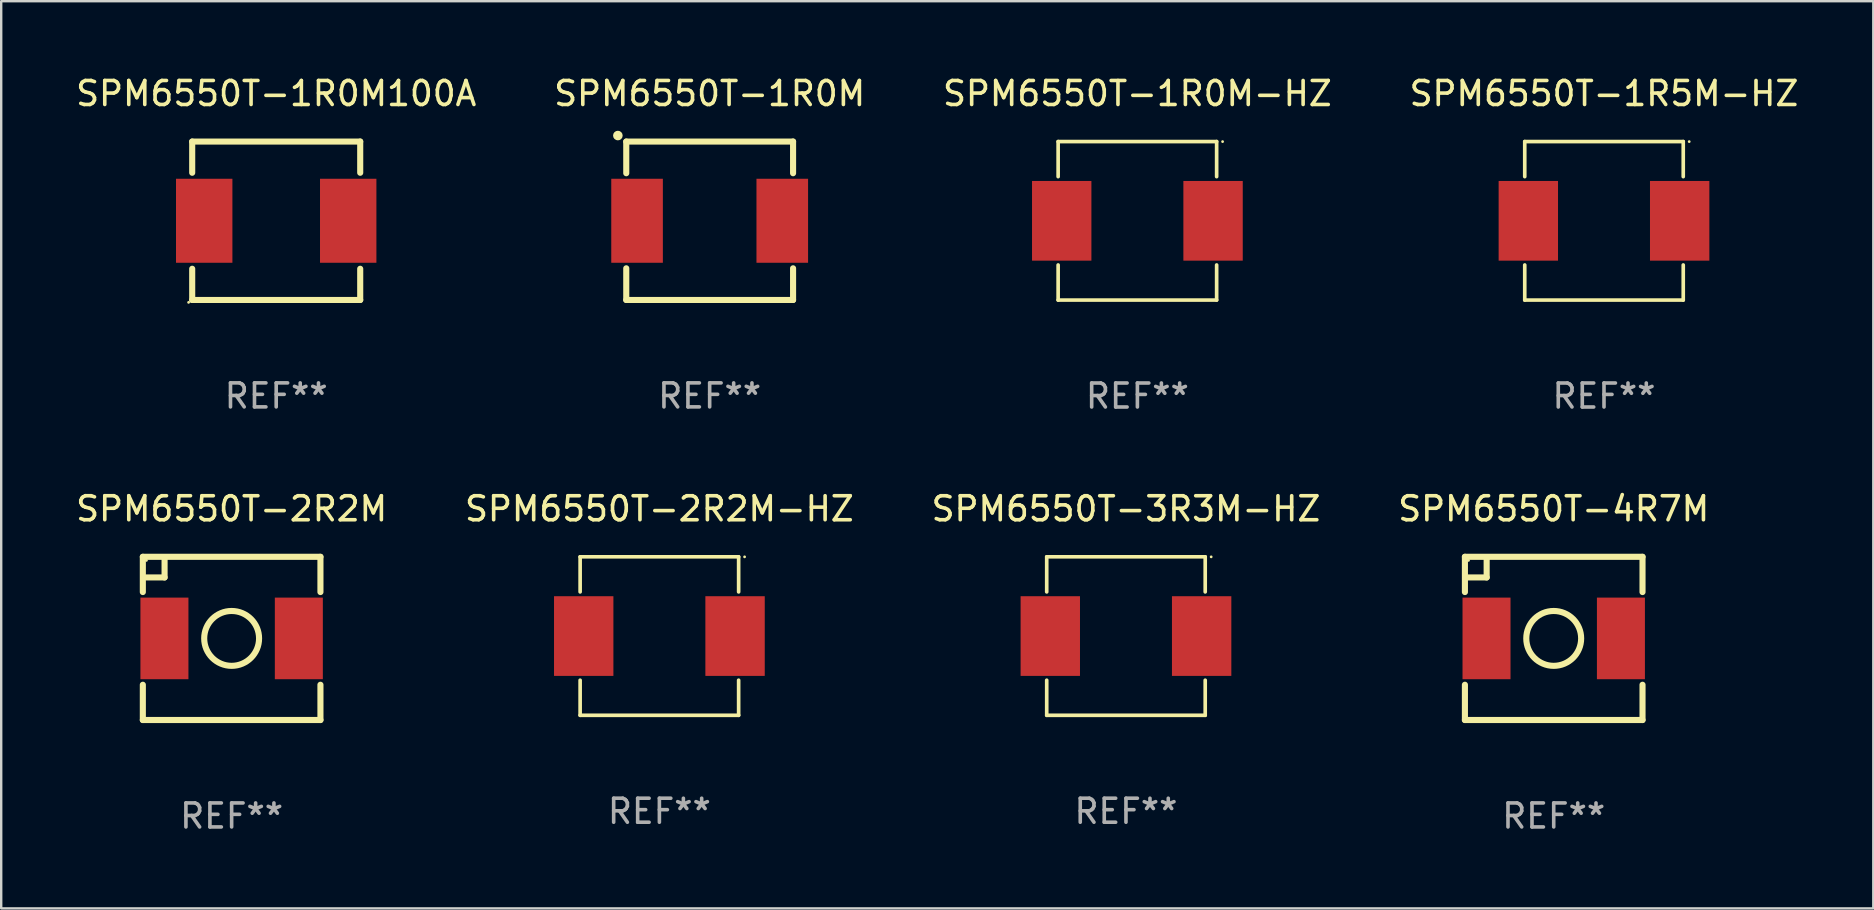
<source format=kicad_pcb>
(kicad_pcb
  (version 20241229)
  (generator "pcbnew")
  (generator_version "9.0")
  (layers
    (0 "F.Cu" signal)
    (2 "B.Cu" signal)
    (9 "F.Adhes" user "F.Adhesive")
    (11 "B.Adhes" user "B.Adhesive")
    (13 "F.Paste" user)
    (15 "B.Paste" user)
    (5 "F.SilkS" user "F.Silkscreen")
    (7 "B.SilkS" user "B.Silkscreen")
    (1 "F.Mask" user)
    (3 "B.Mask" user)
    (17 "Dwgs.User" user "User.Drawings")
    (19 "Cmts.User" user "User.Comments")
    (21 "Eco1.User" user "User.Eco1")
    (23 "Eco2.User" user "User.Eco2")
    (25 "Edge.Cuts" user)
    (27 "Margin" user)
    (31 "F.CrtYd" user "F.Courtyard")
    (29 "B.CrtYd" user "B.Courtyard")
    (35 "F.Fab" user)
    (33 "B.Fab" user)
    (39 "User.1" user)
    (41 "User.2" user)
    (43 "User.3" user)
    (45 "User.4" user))
  (footprint "SPM6550T-3R3M-HZ"
    (layer "F.Cu")
    (at 43.863 23.451)
    (property "Reference" "SPM6550T-3R3M-HZ" (at 0 -5.302 0) (layer "F.SilkS") (effects (font (size 1 1) (thickness 0.15))))
    (attr through_hole)
    (fp_line (start -3.302 -3.302) (end -3.302 -1.84) (stroke (width 0.152) (type solid)) (layer "F.SilkS"))
    (fp_line (start -3.302 1.84) (end -3.302 3.302) (stroke (width 0.152) (type solid)) (layer "F.SilkS"))
    (fp_line (start -3.302 3.302) (end 3.302 3.302) (stroke (width 0.152) (type solid)) (layer "F.SilkS"))
    (fp_line (start 3.302 -3.302) (end -3.302 -3.302) (stroke (width 0.152) (type solid)) (layer "F.SilkS"))
    (fp_line (start 3.302 -1.84) (end 3.302 -3.302) (stroke (width 0.152) (type solid)) (layer "F.SilkS"))
    (fp_line (start 3.302 3.302) (end 3.302 1.84) (stroke (width 0.152) (type solid)) (layer "F.SilkS"))
    (fp_circle (center 3.55 -3.3) (end 3.58 -3.3) (stroke (width 0.06) (type solid)) (fill no) (layer "F.SilkS"))
    (fp_text user "REF**" (at 0 7.302 0) (layer "F.Fab") (effects (font (size 1 1) (thickness 0.15))))
    (pad "1" smd rect (at 3.153 0) (size 2.474 3.32) (layers "F.Cu" "F.Mask" "F.Paste"))
    (pad "2" smd rect (at -3.153 0) (size 2.474 3.32) (layers "F.Cu" "F.Mask" "F.Paste")))
  (footprint "SPM6550T-4R7M"
    (layer "F.Cu")
    (at 61.685 23.549)
    (property "Reference" "SPM6550T-4R7M" (at 0 -5.4 0) (layer "F.SilkS") (effects (font (size 1 1) (thickness 0.15))))
    (attr through_hole)
    (fp_line (start -3.7 -3.4) (end 3.7 -3.4) (stroke (width 0.254) (type solid)) (layer "F.SilkS"))
    (fp_line (start -3.7 -1.931) (end -3.7 -3.4) (stroke (width 0.254) (type solid)) (layer "F.SilkS"))
    (fp_line (start -3.7 3.4) (end -3.7 1.931) (stroke (width 0.254) (type solid)) (layer "F.SilkS"))
    (fp_line (start -2.794 -3.302) (end -2.794 -2.54) (stroke (width 0.254) (type solid)) (layer "F.SilkS"))
    (fp_line (start -2.794 -2.54) (end -3.556 -2.54) (stroke (width 0.254) (type solid)) (layer "F.SilkS"))
    (fp_line (start 3.7 -3.4) (end 3.7 -1.931) (stroke (width 0.254) (type solid)) (layer "F.SilkS"))
    (fp_line (start 3.7 1.931) (end 3.7 3.4) (stroke (width 0.254) (type solid)) (layer "F.SilkS"))
    (fp_line (start 3.7 3.4) (end -3.7 3.4) (stroke (width 0.254) (type solid)) (layer "F.SilkS"))
    (fp_circle (center -3.55 -3.25) (end -3.52 -3.25) (stroke (width 0.06) (type solid)) (fill no) (layer "F.SilkS"))
    (fp_circle (center 0 0) (end 1.143 0) (stroke (width 0.254) (type solid)) (fill no) (layer "F.SilkS"))
    (fp_text user "REF**" (at 0 7.4 0) (layer "F.Fab") (effects (font (size 1 1) (thickness 0.15))))
    (pad "1" smd rect (at -2.8 0) (size 2 3.4) (layers "F.Cu" "F.Mask" "F.Paste"))
    (pad "2" smd rect (at 2.8 0) (size 2 3.4) (layers "F.Cu" "F.Mask" "F.Paste")))
  (footprint "SPM6550T-1R0M-HZ"
    (layer "F.Cu")
    (at 44.339 6.15)
    (property "Reference" "SPM6550T-1R0M-HZ" (at 0 -5.302 0) (layer "F.SilkS") (effects (font (size 1 1) (thickness 0.15))))
    (attr through_hole)
    (fp_line (start -3.302 -3.302) (end -3.302 -1.84) (stroke (width 0.152) (type solid)) (layer "F.SilkS"))
    (fp_line (start -3.302 1.84) (end -3.302 3.302) (stroke (width 0.152) (type solid)) (layer "F.SilkS"))
    (fp_line (start -3.302 3.302) (end 3.302 3.302) (stroke (width 0.152) (type solid)) (layer "F.SilkS"))
    (fp_line (start 3.302 -3.302) (end -3.302 -3.302) (stroke (width 0.152) (type solid)) (layer "F.SilkS"))
    (fp_line (start 3.302 -1.84) (end 3.302 -3.302) (stroke (width 0.152) (type solid)) (layer "F.SilkS"))
    (fp_line (start 3.302 3.302) (end 3.302 1.84) (stroke (width 0.152) (type solid)) (layer "F.SilkS"))
    (fp_circle (center 3.55 -3.3) (end 3.58 -3.3) (stroke (width 0.06) (type solid)) (fill no) (layer "F.SilkS"))
    (fp_text user "REF**" (at 0 7.302 0) (layer "F.Fab") (effects (font (size 1 1) (thickness 0.15))))
    (pad "1" smd rect (at 3.153 0) (size 2.474 3.32) (layers "F.Cu" "F.Mask" "F.Paste"))
    (pad "2" smd rect (at -3.153 0) (size 2.474 3.32) (layers "F.Cu" "F.Mask" "F.Paste")))
  (footprint "SPM6550T-2R2M-HZ"
    (layer "F.Cu")
    (at 24.423 23.451)
    (property "Reference" "SPM6550T-2R2M-HZ" (at 0 -5.302 0) (layer "F.SilkS") (effects (font (size 1 1) (thickness 0.15))))
    (attr through_hole)
    (fp_line (start -3.302 -3.302) (end -3.302 -1.84) (stroke (width 0.152) (type solid)) (layer "F.SilkS"))
    (fp_line (start -3.302 1.84) (end -3.302 3.302) (stroke (width 0.152) (type solid)) (layer "F.SilkS"))
    (fp_line (start -3.302 3.302) (end 3.302 3.302) (stroke (width 0.152) (type solid)) (layer "F.SilkS"))
    (fp_line (start 3.302 -3.302) (end -3.302 -3.302) (stroke (width 0.152) (type solid)) (layer "F.SilkS"))
    (fp_line (start 3.302 -1.84) (end 3.302 -3.302) (stroke (width 0.152) (type solid)) (layer "F.SilkS"))
    (fp_line (start 3.302 3.302) (end 3.302 1.84) (stroke (width 0.152) (type solid)) (layer "F.SilkS"))
    (fp_circle (center 3.55 -3.3) (end 3.58 -3.3) (stroke (width 0.06) (type solid)) (fill no) (layer "F.SilkS"))
    (fp_text user "REF**" (at 0 7.302 0) (layer "F.Fab") (effects (font (size 1 1) (thickness 0.15))))
    (pad "1" smd rect (at 3.153 0) (size 2.474 3.32) (layers "F.Cu" "F.Mask" "F.Paste"))
    (pad "2" smd rect (at -3.153 0) (size 2.474 3.32) (layers "F.Cu" "F.Mask" "F.Paste")))
  (footprint "SPM6550T-2R2M"
    (layer "F.Cu")
    (at 6.601 23.549)
    (property "Reference" "SPM6550T-2R2M" (at 0 -5.4 0) (layer "F.SilkS") (effects (font (size 1 1) (thickness 0.15))))
    (attr through_hole)
    (fp_line (start -3.7 -3.4) (end 3.7 -3.4) (stroke (width 0.254) (type solid)) (layer "F.SilkS"))
    (fp_line (start -3.7 -1.931) (end -3.7 -3.4) (stroke (width 0.254) (type solid)) (layer "F.SilkS"))
    (fp_line (start -3.7 3.4) (end -3.7 1.931) (stroke (width 0.254) (type solid)) (layer "F.SilkS"))
    (fp_line (start -2.794 -3.302) (end -2.794 -2.54) (stroke (width 0.254) (type solid)) (layer "F.SilkS"))
    (fp_line (start -2.794 -2.54) (end -3.556 -2.54) (stroke (width 0.254) (type solid)) (layer "F.SilkS"))
    (fp_line (start 3.7 -3.4) (end 3.7 -1.931) (stroke (width 0.254) (type solid)) (layer "F.SilkS"))
    (fp_line (start 3.7 1.931) (end 3.7 3.4) (stroke (width 0.254) (type solid)) (layer "F.SilkS"))
    (fp_line (start 3.7 3.4) (end -3.7 3.4) (stroke (width 0.254) (type solid)) (layer "F.SilkS"))
    (fp_circle (center -3.55 -3.25) (end -3.52 -3.25) (stroke (width 0.06) (type solid)) (fill no) (layer "F.SilkS"))
    (fp_circle (center 0 0) (end 1.143 0) (stroke (width 0.254) (type solid)) (fill no) (layer "F.SilkS"))
    (fp_text user "REF**" (at 0 7.4 0) (layer "F.Fab") (effects (font (size 1 1) (thickness 0.15))))
    (pad "1" smd rect (at -2.8 0) (size 2 3.4) (layers "F.Cu" "F.Mask" "F.Paste"))
    (pad "2" smd rect (at 2.8 0) (size 2 3.4) (layers "F.Cu" "F.Mask" "F.Paste")))
  (footprint "SPM6550T-1R5M-HZ"
    (layer "F.Cu")
    (at 63.78 6.15)
    (property "Reference" "SPM6550T-1R5M-HZ" (at 0 -5.302 0) (layer "F.SilkS") (effects (font (size 1 1) (thickness 0.15))))
    (attr through_hole)
    (fp_line (start -3.302 -3.302) (end -3.302 -1.84) (stroke (width 0.152) (type solid)) (layer "F.SilkS"))
    (fp_line (start -3.302 1.84) (end -3.302 3.302) (stroke (width 0.152) (type solid)) (layer "F.SilkS"))
    (fp_line (start -3.302 3.302) (end 3.302 3.302) (stroke (width 0.152) (type solid)) (layer "F.SilkS"))
    (fp_line (start 3.302 -3.302) (end -3.302 -3.302) (stroke (width 0.152) (type solid)) (layer "F.SilkS"))
    (fp_line (start 3.302 -1.84) (end 3.302 -3.302) (stroke (width 0.152) (type solid)) (layer "F.SilkS"))
    (fp_line (start 3.302 3.302) (end 3.302 1.84) (stroke (width 0.152) (type solid)) (layer "F.SilkS"))
    (fp_circle (center 3.55 -3.3) (end 3.58 -3.3) (stroke (width 0.06) (type solid)) (fill no) (layer "F.SilkS"))
    (fp_text user "REF**" (at 0 7.302 0) (layer "F.Fab") (effects (font (size 1 1) (thickness 0.15))))
    (pad "1" smd rect (at 3.153 0) (size 2.474 3.32) (layers "F.Cu" "F.Mask" "F.Paste"))
    (pad "2" smd rect (at -3.153 0) (size 2.474 3.32) (layers "F.Cu" "F.Mask" "F.Paste")))
  (footprint "SPM6550T-1R0M"
    (layer "F.Cu")
    (at 26.518 6.148)
    (property "Reference" "SPM6550T-1R0M" (at 0 -5.3 0) (layer "F.SilkS") (effects (font (size 1 1) (thickness 0.15))))
    (attr through_hole)
    (fp_line (start -3.475 -3.3) (end 3.475 -3.3) (stroke (width 0.254) (type solid)) (layer "F.SilkS"))
    (fp_line (start -3.475 -1.981) (end -3.475 -3.3) (stroke (width 0.254) (type solid)) (layer "F.SilkS"))
    (fp_line (start -3.475 3.3) (end -3.475 1.981) (stroke (width 0.254) (type solid)) (layer "F.SilkS"))
    (fp_line (start -3.475 3.3) (end 3.475 3.3) (stroke (width 0.254) (type solid)) (layer "F.SilkS"))
    (fp_line (start 3.475 -1.981) (end 3.475 -3.3) (stroke (width 0.254) (type solid)) (layer "F.SilkS"))
    (fp_line (start 3.475 3.3) (end 3.475 1.981) (stroke (width 0.254) (type solid)) (layer "F.SilkS"))
    (fp_circle (center -3.825 -3.55) (end -3.725 -3.55) (stroke (width 0.2) (type solid)) (fill no) (layer "F.SilkS"))
    (fp_text user "REF**" (at 0 7.3 0) (layer "F.Fab") (effects (font (size 1 1) (thickness 0.15))))
    (pad "1" smd rect (at -3.025 0) (size 2.15 3.5) (layers "F.Cu" "F.Mask" "F.Paste"))
    (pad "2" smd rect (at 3.025 0) (size 2.15 3.5) (layers "F.Cu" "F.Mask" "F.Paste")))
  (footprint "SPM6550T-1R0M100A"
    (layer "F.Cu")
    (at 8.458 6.148)
    (property "Reference" "SPM6550T-1R0M100A" (at 0 -5.3 0) (layer "F.SilkS") (effects (font (size 1 1) (thickness 0.15))))
    (attr through_hole)
    (fp_line (start -3.5 3.3) (end 3.5 3.3) (stroke (width 0.254) (type solid)) (layer "F.SilkS"))
    (fp_line (start -3.5 -3.3) (end -3.5 -2) (stroke (width 0.254) (type solid)) (layer "F.SilkS"))
    (fp_line (start -3.5 -3.3) (end 3.5 -3.3) (stroke (width 0.254) (type solid)) (layer "F.SilkS"))
    (fp_line (start -3.5 2) (end -3.5 3.3) (stroke (width 0.254) (type solid)) (layer "F.SilkS"))
    (fp_line (start 3.5 -3.3) (end 3.5 -2) (stroke (width 0.254) (type solid)) (layer "F.SilkS"))
    (fp_line (start 3.5 2) (end 3.5 3.3) (stroke (width 0.254) (type solid)) (layer "F.SilkS"))
    (fp_circle (center -3.65 3.4) (end -3.62 3.4) (stroke (width 0.06) (type solid)) (fill no) (layer "F.SilkS"))
    (fp_text user "REF**" (at 0 7.3 0) (layer "F.Fab") (effects (font (size 1 1) (thickness 0.15))))
    (pad "1" smd rect (at -3 0) (size 2.35 3.5) (layers "F.Cu" "F.Mask" "F.Paste"))
    (pad "2" smd rect (at 3 0) (size 2.35 3.5) (layers "F.Cu" "F.Mask" "F.Paste")))
  (gr_rect
    (start -3 -3)
    (end 75 34.797)
    (stroke (width 0.1) (type default))
    (fill no)
    (layer "Edge.Cuts")))
</source>
